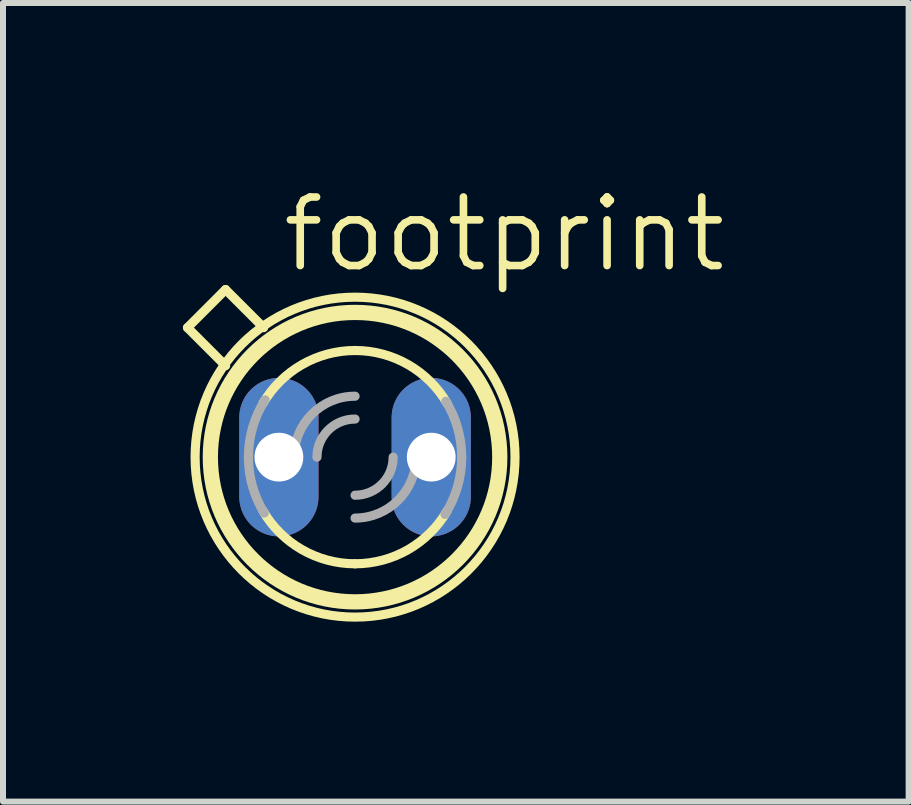
<source format=kicad_pcb>
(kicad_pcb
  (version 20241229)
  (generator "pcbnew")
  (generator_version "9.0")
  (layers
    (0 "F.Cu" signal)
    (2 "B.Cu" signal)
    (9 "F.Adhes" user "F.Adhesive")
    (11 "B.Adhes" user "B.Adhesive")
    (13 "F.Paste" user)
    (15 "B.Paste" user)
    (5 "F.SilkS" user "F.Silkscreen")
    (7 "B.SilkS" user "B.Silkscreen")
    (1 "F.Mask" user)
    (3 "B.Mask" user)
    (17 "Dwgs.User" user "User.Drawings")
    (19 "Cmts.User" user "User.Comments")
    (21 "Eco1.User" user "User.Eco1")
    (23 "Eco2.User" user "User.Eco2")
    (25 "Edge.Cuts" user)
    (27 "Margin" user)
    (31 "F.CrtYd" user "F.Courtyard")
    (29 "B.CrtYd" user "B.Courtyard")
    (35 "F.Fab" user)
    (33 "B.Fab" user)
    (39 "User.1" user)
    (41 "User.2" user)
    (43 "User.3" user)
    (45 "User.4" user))
  (footprint "footprint"
    (layer "F.Cu")
    (at 2.87 4.572)
    (property "Reference" "footprint" (at -1.27 -3.048 0) (layer "F.SilkS") (effects (font (size 1.143 1.143) (thickness 0.127)) (justify left bottom)))
    (fp_line (start -2.794 -2.159) (end -2.159 -2.794) (stroke (width 0.152) (type solid)) (layer "F.SilkS"))
    (fp_line (start -2.159 -1.524) (end -2.794 -2.159) (stroke (width 0.152) (type solid)) (layer "F.SilkS"))
    (fp_line (start -1.524 -2.159) (end -2.159 -2.794) (stroke (width 0.152) (type solid)) (layer "F.SilkS"))
    (fp_arc (start -1.5358 -0.8959) (mid -0.88555 -1.541787) (end 0 -1.778) (stroke (width 0.1524) (type solid)) (layer "F.SilkS"))
    (fp_arc (start 0 -1.778) (mid 0.88555 -1.541786) (end 1.5358 -0.8959) (stroke (width 0.1524) (type solid)) (layer "F.SilkS"))
    (fp_arc (start 0 1.778) (mid -0.88555 1.541786) (end -1.5358 0.8959) (stroke (width 0.1524) (type solid)) (layer "F.SilkS"))
    (fp_arc (start 1.5358 0.8959) (mid 0.88555 1.541787) (end 0 1.778) (stroke (width 0.1524) (type solid)) (layer "F.SilkS"))
    (fp_circle (center 0 0) (end 2.413 0) (stroke (width 0.254) (type solid)) (fill no) (layer "F.SilkS"))
    (fp_circle (center 0 0) (end 2.667 0) (stroke (width 0.152) (type solid)) (fill no) (layer "F.SilkS"))
    (fp_arc (start -1.778 0) (mid -1.707084 -0.497127) (end -1.500001 -0.9546) (stroke (width 0.1524) (type solid)) (layer "F.Fab"))
    (fp_arc (start -1.5142 0.9318) (mid -1.710762 0.484206) (end -1.778 0) (stroke (width 0.1524) (type solid)) (layer "F.Fab"))
    (fp_arc (start -1.016 0) (mid -0.71842 -0.71842) (end 0 -1.016) (stroke (width 0.1524) (type solid)) (layer "F.Fab"))
    (fp_arc (start -0.635 0) (mid -0.449013 -0.449013) (end 0 -0.635) (stroke (width 0.1524) (type solid)) (layer "F.Fab"))
    (fp_arc (start 0.635 0) (mid 0.449013 0.449013) (end 0 0.635) (stroke (width 0.1524) (type solid)) (layer "F.Fab"))
    (fp_arc (start 1.016 0) (mid 0.71842 0.71842) (end 0 1.016) (stroke (width 0.1524) (type solid)) (layer "F.Fab"))
    (fp_arc (start 1.5142 -0.9318) (mid 1.710762 -0.484206) (end 1.778 0) (stroke (width 0.1524) (type solid)) (layer "F.Fab"))
    (fp_arc (start 1.777999 0) (mid 1.707083 0.497127) (end 1.5 0.9546) (stroke (width 0.1524) (type solid)) (layer "F.Fab"))
    (pad "A" thru_hole oval (at -1.27 0 90) (size 2.642 1.321) (drill 0.813) (layers "*.Cu" "*.Mask"))
    (pad "K" thru_hole oval (at 1.27 0 90) (size 2.642 1.321) (drill 0.813) (layers "*.Cu" "*.Mask")))
  (gr_rect
    (start -3 -3)
    (end 12.1 10.315)
    (stroke (width 0.1) (type default))
    (fill no)
    (layer "Edge.Cuts")))
</source>
